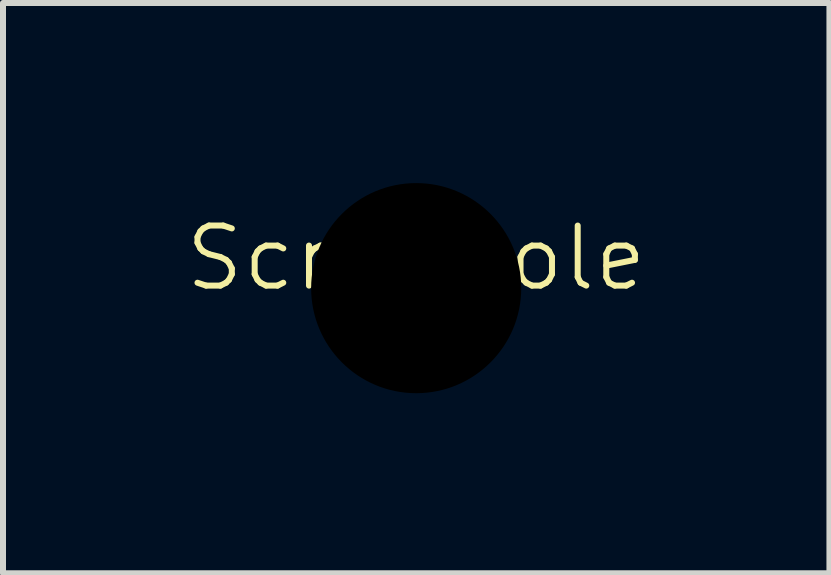
<source format=kicad_pcb>
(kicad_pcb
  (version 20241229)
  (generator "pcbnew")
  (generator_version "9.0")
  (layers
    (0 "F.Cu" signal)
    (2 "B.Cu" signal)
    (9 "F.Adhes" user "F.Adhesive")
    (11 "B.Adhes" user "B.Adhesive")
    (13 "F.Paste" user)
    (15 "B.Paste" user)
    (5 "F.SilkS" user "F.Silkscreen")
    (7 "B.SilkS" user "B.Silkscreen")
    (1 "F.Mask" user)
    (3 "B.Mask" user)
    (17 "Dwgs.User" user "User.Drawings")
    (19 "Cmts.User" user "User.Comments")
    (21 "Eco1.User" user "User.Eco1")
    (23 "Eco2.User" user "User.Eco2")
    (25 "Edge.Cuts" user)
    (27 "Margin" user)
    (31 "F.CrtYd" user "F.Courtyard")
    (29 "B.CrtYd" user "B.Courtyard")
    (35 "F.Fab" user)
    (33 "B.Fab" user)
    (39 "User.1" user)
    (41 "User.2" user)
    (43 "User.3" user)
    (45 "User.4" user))
  (footprint "ScrewHole"
    (layer "F.Cu")
    (at 3.883 1.75)
    (property "Reference" "ScrewHole" (at 0 -0.5 0) (unlocked yes) (layer "F.SilkS") (effects (font (size 1 1) (thickness 0.1))))
    (attr through_hole)
    (pad "" np_thru_hole circle (at 0 0) (size 3.5 3.5) (drill 3.5) (layers "*.Mask")))
  (gr_rect
    (start -3 -3)
    (end 10.767 6.5)
    (stroke (width 0.1) (type default))
    (fill no)
    (layer "Edge.Cuts")))
</source>
